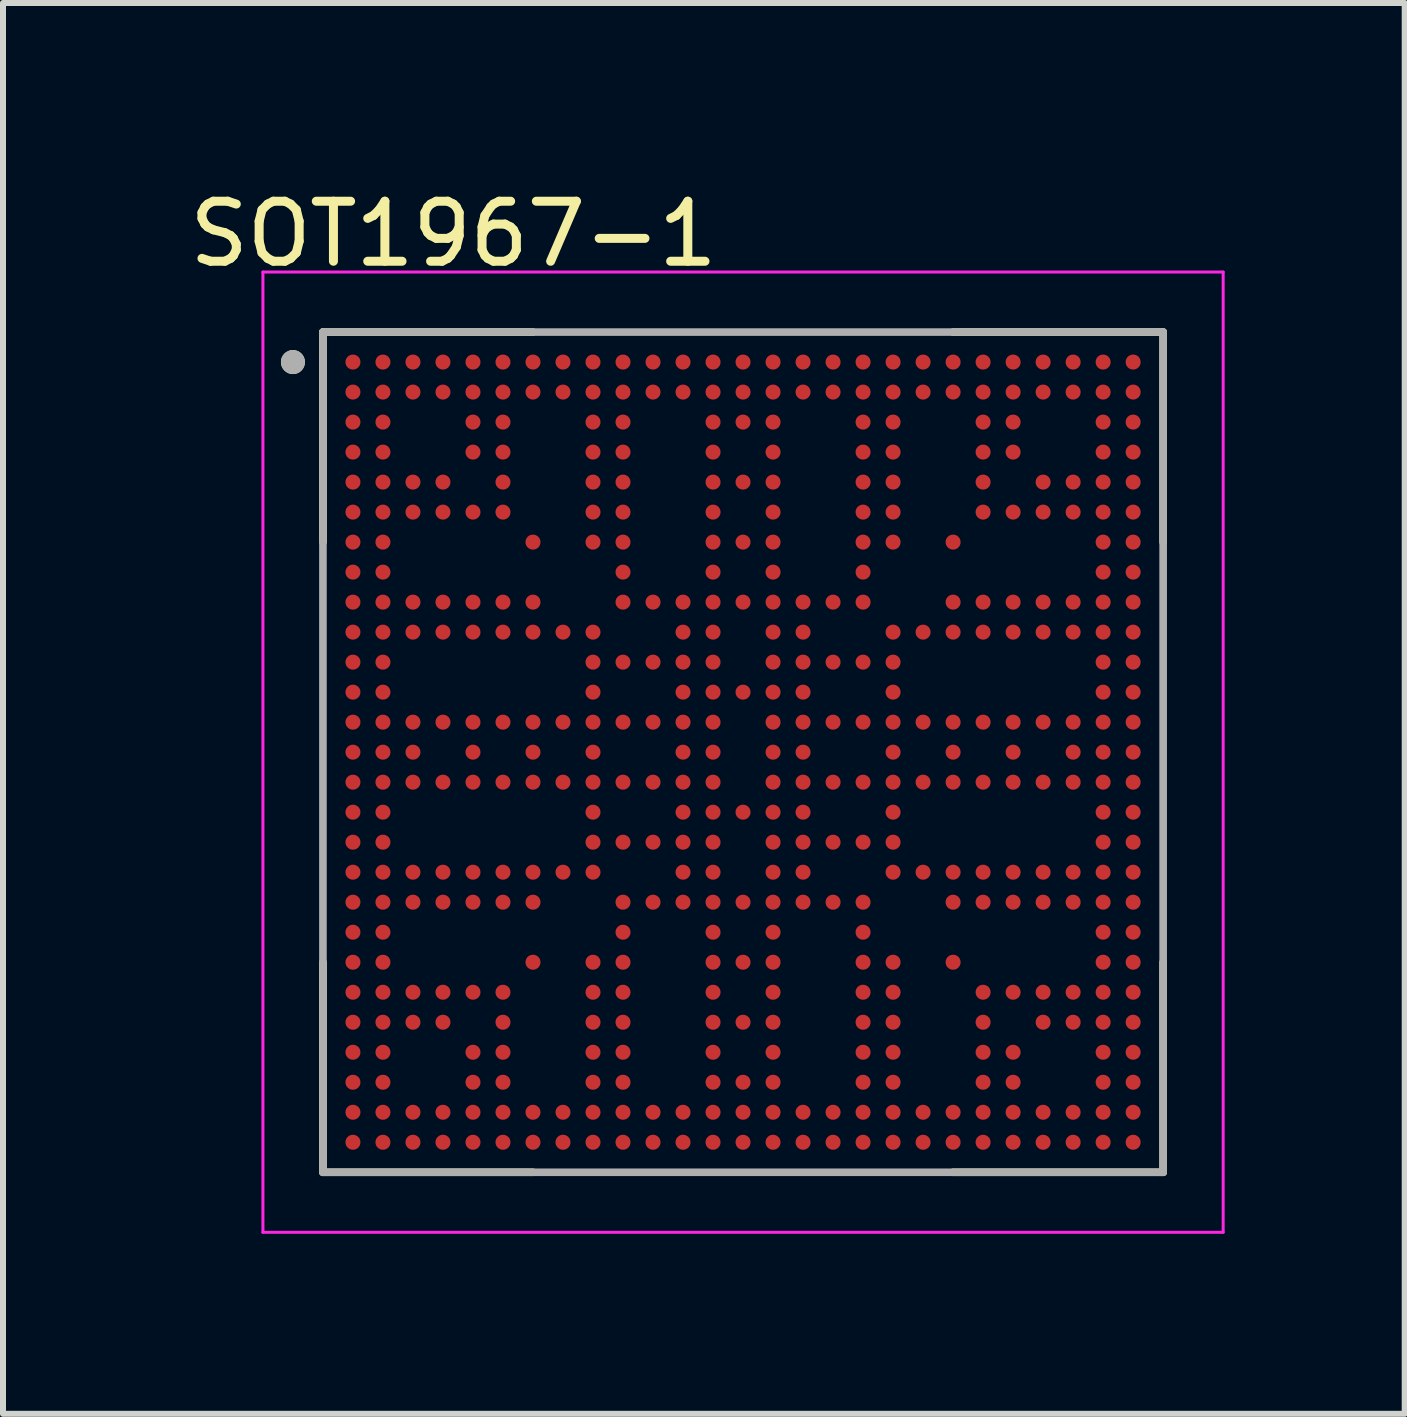
<source format=kicad_pcb>
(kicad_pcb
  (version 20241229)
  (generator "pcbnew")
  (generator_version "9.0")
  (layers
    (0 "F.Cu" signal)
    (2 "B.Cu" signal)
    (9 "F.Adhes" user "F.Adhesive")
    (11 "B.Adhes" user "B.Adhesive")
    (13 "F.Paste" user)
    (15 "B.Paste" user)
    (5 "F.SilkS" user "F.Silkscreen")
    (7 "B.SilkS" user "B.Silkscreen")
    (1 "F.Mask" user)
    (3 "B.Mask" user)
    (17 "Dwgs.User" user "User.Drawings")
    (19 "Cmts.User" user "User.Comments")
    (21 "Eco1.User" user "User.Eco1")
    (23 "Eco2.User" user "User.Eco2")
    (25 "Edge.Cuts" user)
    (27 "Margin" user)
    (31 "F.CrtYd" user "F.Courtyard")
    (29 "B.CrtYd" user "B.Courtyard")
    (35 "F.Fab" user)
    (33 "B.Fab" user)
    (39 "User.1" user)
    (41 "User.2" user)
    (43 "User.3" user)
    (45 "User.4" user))
  (footprint "SOT1967-1"
    (layer "F.Cu")
    (at 9.331 9.483)
    (property "Reference" "SOT1967-1" (at -4.825 -8.635 0) (layer "F.SilkS") (effects (font (size 1 1) (thickness 0.15))))
    (attr through_hole)
    (fp_line (start -7 -7) (end -7 -3.5) (stroke (width 0.127) (type solid)) (layer "F.SilkS"))
    (fp_line (start -7 -7) (end -3.5 -7) (stroke (width 0.127) (type solid)) (layer "F.SilkS"))
    (fp_line (start -7 7) (end -7 3.5) (stroke (width 0.127) (type solid)) (layer "F.SilkS"))
    (fp_line (start -7 7) (end -3.5 7) (stroke (width 0.127) (type solid)) (layer "F.SilkS"))
    (fp_line (start 7 -7) (end 3.5 -7) (stroke (width 0.127) (type solid)) (layer "F.SilkS"))
    (fp_line (start 7 -7) (end 7 -3.5) (stroke (width 0.127) (type solid)) (layer "F.SilkS"))
    (fp_line (start 7 7) (end 3.5 7) (stroke (width 0.127) (type solid)) (layer "F.SilkS"))
    (fp_line (start 7 7) (end 7 3.5) (stroke (width 0.127) (type solid)) (layer "F.SilkS"))
    (fp_circle (center -7.5 -6.5) (end -7.4 -6.5) (stroke (width 0.2) (type solid)) (fill no) (layer "F.SilkS"))
    (fp_line (start -8 -8) (end 8 -8) (stroke (width 0.05) (type solid)) (layer "F.CrtYd"))
    (fp_line (start -8 8) (end -8 -8) (stroke (width 0.05) (type solid)) (layer "F.CrtYd"))
    (fp_line (start -8 8) (end 8 8) (stroke (width 0.05) (type solid)) (layer "F.CrtYd"))
    (fp_line (start 8 8) (end 8 -8) (stroke (width 0.05) (type solid)) (layer "F.CrtYd"))
    (fp_line (start -7 7) (end -7 -7) (stroke (width 0.127) (type solid)) (layer "F.Fab"))
    (fp_line (start 7 -7) (end -7 -7) (stroke (width 0.127) (type solid)) (layer "F.Fab"))
    (fp_line (start 7 7) (end -7 7) (stroke (width 0.127) (type solid)) (layer "F.Fab"))
    (fp_line (start 7 7) (end 7 -7) (stroke (width 0.127) (type solid)) (layer "F.Fab"))
    (fp_circle (center -7.5 -6.5) (end -7.4 -6.5) (stroke (width 0.2) (type solid)) (fill no) (layer "F.Fab"))
    (pad "A1" smd circle (at -6.5 -6.5) (size 0.25 0.25) (layers "F.Cu" "F.Mask" "F.Paste"))
    (pad "A2" smd circle (at -6 -6.5) (size 0.25 0.25) (layers "F.Cu" "F.Mask" "F.Paste"))
    (pad "A3" smd circle (at -5.5 -6.5) (size 0.25 0.25) (layers "F.Cu" "F.Mask" "F.Paste"))
    (pad "A4" smd circle (at -5 -6.5) (size 0.25 0.25) (layers "F.Cu" "F.Mask" "F.Paste"))
    (pad "A5" smd circle (at -4.5 -6.5) (size 0.25 0.25) (layers "F.Cu" "F.Mask" "F.Paste"))
    (pad "A6" smd circle (at -4 -6.5) (size 0.25 0.25) (layers "F.Cu" "F.Mask" "F.Paste"))
    (pad "A7" smd circle (at -3.5 -6.5) (size 0.25 0.25) (layers "F.Cu" "F.Mask" "F.Paste"))
    (pad "A8" smd circle (at -3 -6.5) (size 0.25 0.25) (layers "F.Cu" "F.Mask" "F.Paste"))
    (pad "A9" smd circle (at -2.5 -6.5) (size 0.25 0.25) (layers "F.Cu" "F.Mask" "F.Paste"))
    (pad "A10" smd circle (at -2 -6.5) (size 0.25 0.25) (layers "F.Cu" "F.Mask" "F.Paste"))
    (pad "A11" smd circle (at -1.5 -6.5) (size 0.25 0.25) (layers "F.Cu" "F.Mask" "F.Paste"))
    (pad "A12" smd circle (at -1 -6.5) (size 0.25 0.25) (layers "F.Cu" "F.Mask" "F.Paste"))
    (pad "A13" smd circle (at -0.5 -6.5) (size 0.25 0.25) (layers "F.Cu" "F.Mask" "F.Paste"))
    (pad "A14" smd circle (at 0 -6.5) (size 0.25 0.25) (layers "F.Cu" "F.Mask" "F.Paste"))
    (pad "A15" smd circle (at 0.5 -6.5) (size 0.25 0.25) (layers "F.Cu" "F.Mask" "F.Paste"))
    (pad "A16" smd circle (at 1 -6.5) (size 0.25 0.25) (layers "F.Cu" "F.Mask" "F.Paste"))
    (pad "A17" smd circle (at 1.5 -6.5) (size 0.25 0.25) (layers "F.Cu" "F.Mask" "F.Paste"))
    (pad "A18" smd circle (at 2 -6.5) (size 0.25 0.25) (layers "F.Cu" "F.Mask" "F.Paste"))
    (pad "A19" smd circle (at 2.5 -6.5) (size 0.25 0.25) (layers "F.Cu" "F.Mask" "F.Paste"))
    (pad "A20" smd circle (at 3 -6.5) (size 0.25 0.25) (layers "F.Cu" "F.Mask" "F.Paste"))
    (pad "A21" smd circle (at 3.5 -6.5) (size 0.25 0.25) (layers "F.Cu" "F.Mask" "F.Paste"))
    (pad "A22" smd circle (at 4 -6.5) (size 0.25 0.25) (layers "F.Cu" "F.Mask" "F.Paste"))
    (pad "A23" smd circle (at 4.5 -6.5) (size 0.25 0.25) (layers "F.Cu" "F.Mask" "F.Paste"))
    (pad "A24" smd circle (at 5 -6.5) (size 0.25 0.25) (layers "F.Cu" "F.Mask" "F.Paste"))
    (pad "A25" smd circle (at 5.5 -6.5) (size 0.25 0.25) (layers "F.Cu" "F.Mask" "F.Paste"))
    (pad "A26" smd circle (at 6 -6.5) (size 0.25 0.25) (layers "F.Cu" "F.Mask" "F.Paste"))
    (pad "A27" smd circle (at 6.5 -6.5) (size 0.25 0.25) (layers "F.Cu" "F.Mask" "F.Paste"))
    (pad "AA1" smd circle (at -6.5 3.5) (size 0.25 0.25) (layers "F.Cu" "F.Mask" "F.Paste"))
    (pad "AA2" smd circle (at -6 3.5) (size 0.25 0.25) (layers "F.Cu" "F.Mask" "F.Paste"))
    (pad "AA7" smd circle (at -3.5 3.5) (size 0.25 0.25) (layers "F.Cu" "F.Mask" "F.Paste"))
    (pad "AA9" smd circle (at -2.5 3.5) (size 0.25 0.25) (layers "F.Cu" "F.Mask" "F.Paste"))
    (pad "AA10" smd circle (at -2 3.5) (size 0.25 0.25) (layers "F.Cu" "F.Mask" "F.Paste"))
    (pad "AA13" smd circle (at -0.5 3.5) (size 0.25 0.25) (layers "F.Cu" "F.Mask" "F.Paste"))
    (pad "AA14" smd circle (at 0 3.5) (size 0.25 0.25) (layers "F.Cu" "F.Mask" "F.Paste"))
    (pad "AA15" smd circle (at 0.5 3.5) (size 0.25 0.25) (layers "F.Cu" "F.Mask" "F.Paste"))
    (pad "AA18" smd circle (at 2 3.5) (size 0.25 0.25) (layers "F.Cu" "F.Mask" "F.Paste"))
    (pad "AA19" smd circle (at 2.5 3.5) (size 0.25 0.25) (layers "F.Cu" "F.Mask" "F.Paste"))
    (pad "AA21" smd circle (at 3.5 3.5) (size 0.25 0.25) (layers "F.Cu" "F.Mask" "F.Paste"))
    (pad "AA26" smd circle (at 6 3.5) (size 0.25 0.25) (layers "F.Cu" "F.Mask" "F.Paste"))
    (pad "AA27" smd circle (at 6.5 3.5) (size 0.25 0.25) (layers "F.Cu" "F.Mask" "F.Paste"))
    (pad "AB1" smd circle (at -6.5 4) (size 0.25 0.25) (layers "F.Cu" "F.Mask" "F.Paste"))
    (pad "AB2" smd circle (at -6 4) (size 0.25 0.25) (layers "F.Cu" "F.Mask" "F.Paste"))
    (pad "AB3" smd circle (at -5.5 4) (size 0.25 0.25) (layers "F.Cu" "F.Mask" "F.Paste"))
    (pad "AB4" smd circle (at -5 4) (size 0.25 0.25) (layers "F.Cu" "F.Mask" "F.Paste"))
    (pad "AB5" smd circle (at -4.5 4) (size 0.25 0.25) (layers "F.Cu" "F.Mask" "F.Paste"))
    (pad "AB6" smd circle (at -4 4) (size 0.25 0.25) (layers "F.Cu" "F.Mask" "F.Paste"))
    (pad "AB9" smd circle (at -2.5 4) (size 0.25 0.25) (layers "F.Cu" "F.Mask" "F.Paste"))
    (pad "AB10" smd circle (at -2 4) (size 0.25 0.25) (layers "F.Cu" "F.Mask" "F.Paste"))
    (pad "AB13" smd circle (at -0.5 4) (size 0.25 0.25) (layers "F.Cu" "F.Mask" "F.Paste"))
    (pad "AB15" smd circle (at 0.5 4) (size 0.25 0.25) (layers "F.Cu" "F.Mask" "F.Paste"))
    (pad "AB18" smd circle (at 2 4) (size 0.25 0.25) (layers "F.Cu" "F.Mask" "F.Paste"))
    (pad "AB19" smd circle (at 2.5 4) (size 0.25 0.25) (layers "F.Cu" "F.Mask" "F.Paste"))
    (pad "AB22" smd circle (at 4 4) (size 0.25 0.25) (layers "F.Cu" "F.Mask" "F.Paste"))
    (pad "AB23" smd circle (at 4.5 4) (size 0.25 0.25) (layers "F.Cu" "F.Mask" "F.Paste"))
    (pad "AB24" smd circle (at 5 4) (size 0.25 0.25) (layers "F.Cu" "F.Mask" "F.Paste"))
    (pad "AB25" smd circle (at 5.5 4) (size 0.25 0.25) (layers "F.Cu" "F.Mask" "F.Paste"))
    (pad "AB26" smd circle (at 6 4) (size 0.25 0.25) (layers "F.Cu" "F.Mask" "F.Paste"))
    (pad "AB27" smd circle (at 6.5 4) (size 0.25 0.25) (layers "F.Cu" "F.Mask" "F.Paste"))
    (pad "AC1" smd circle (at -6.5 4.5) (size 0.25 0.25) (layers "F.Cu" "F.Mask" "F.Paste"))
    (pad "AC2" smd circle (at -6 4.5) (size 0.25 0.25) (layers "F.Cu" "F.Mask" "F.Paste"))
    (pad "AC3" smd circle (at -5.5 4.5) (size 0.25 0.25) (layers "F.Cu" "F.Mask" "F.Paste"))
    (pad "AC4" smd circle (at -5 4.5) (size 0.25 0.25) (layers "F.Cu" "F.Mask" "F.Paste"))
    (pad "AC6" smd circle (at -4 4.5) (size 0.25 0.25) (layers "F.Cu" "F.Mask" "F.Paste"))
    (pad "AC9" smd circle (at -2.5 4.5) (size 0.25 0.25) (layers "F.Cu" "F.Mask" "F.Paste"))
    (pad "AC10" smd circle (at -2 4.5) (size 0.25 0.25) (layers "F.Cu" "F.Mask" "F.Paste"))
    (pad "AC13" smd circle (at -0.5 4.5) (size 0.25 0.25) (layers "F.Cu" "F.Mask" "F.Paste"))
    (pad "AC14" smd circle (at 0 4.5) (size 0.25 0.25) (layers "F.Cu" "F.Mask" "F.Paste"))
    (pad "AC15" smd circle (at 0.5 4.5) (size 0.25 0.25) (layers "F.Cu" "F.Mask" "F.Paste"))
    (pad "AC18" smd circle (at 2 4.5) (size 0.25 0.25) (layers "F.Cu" "F.Mask" "F.Paste"))
    (pad "AC19" smd circle (at 2.5 4.5) (size 0.25 0.25) (layers "F.Cu" "F.Mask" "F.Paste"))
    (pad "AC22" smd circle (at 4 4.5) (size 0.25 0.25) (layers "F.Cu" "F.Mask" "F.Paste"))
    (pad "AC24" smd circle (at 5 4.5) (size 0.25 0.25) (layers "F.Cu" "F.Mask" "F.Paste"))
    (pad "AC25" smd circle (at 5.5 4.5) (size 0.25 0.25) (layers "F.Cu" "F.Mask" "F.Paste"))
    (pad "AC26" smd circle (at 6 4.5) (size 0.25 0.25) (layers "F.Cu" "F.Mask" "F.Paste"))
    (pad "AC27" smd circle (at 6.5 4.5) (size 0.25 0.25) (layers "F.Cu" "F.Mask" "F.Paste"))
    (pad "AD1" smd circle (at -6.5 5) (size 0.25 0.25) (layers "F.Cu" "F.Mask" "F.Paste"))
    (pad "AD2" smd circle (at -6 5) (size 0.25 0.25) (layers "F.Cu" "F.Mask" "F.Paste"))
    (pad "AD5" smd circle (at -4.5 5) (size 0.25 0.25) (layers "F.Cu" "F.Mask" "F.Paste"))
    (pad "AD6" smd circle (at -4 5) (size 0.25 0.25) (layers "F.Cu" "F.Mask" "F.Paste"))
    (pad "AD9" smd circle (at -2.5 5) (size 0.25 0.25) (layers "F.Cu" "F.Mask" "F.Paste"))
    (pad "AD10" smd circle (at -2 5) (size 0.25 0.25) (layers "F.Cu" "F.Mask" "F.Paste"))
    (pad "AD13" smd circle (at -0.5 5) (size 0.25 0.25) (layers "F.Cu" "F.Mask" "F.Paste"))
    (pad "AD15" smd circle (at 0.5 5) (size 0.25 0.25) (layers "F.Cu" "F.Mask" "F.Paste"))
    (pad "AD18" smd circle (at 2 5) (size 0.25 0.25) (layers "F.Cu" "F.Mask" "F.Paste"))
    (pad "AD19" smd circle (at 2.5 5) (size 0.25 0.25) (layers "F.Cu" "F.Mask" "F.Paste"))
    (pad "AD22" smd circle (at 4 5) (size 0.25 0.25) (layers "F.Cu" "F.Mask" "F.Paste"))
    (pad "AD23" smd circle (at 4.5 5) (size 0.25 0.25) (layers "F.Cu" "F.Mask" "F.Paste"))
    (pad "AD26" smd circle (at 6 5) (size 0.25 0.25) (layers "F.Cu" "F.Mask" "F.Paste"))
    (pad "AD27" smd circle (at 6.5 5) (size 0.25 0.25) (layers "F.Cu" "F.Mask" "F.Paste"))
    (pad "AE1" smd circle (at -6.5 5.5) (size 0.25 0.25) (layers "F.Cu" "F.Mask" "F.Paste"))
    (pad "AE2" smd circle (at -6 5.5) (size 0.25 0.25) (layers "F.Cu" "F.Mask" "F.Paste"))
    (pad "AE5" smd circle (at -4.5 5.5) (size 0.25 0.25) (layers "F.Cu" "F.Mask" "F.Paste"))
    (pad "AE6" smd circle (at -4 5.5) (size 0.25 0.25) (layers "F.Cu" "F.Mask" "F.Paste"))
    (pad "AE9" smd circle (at -2.5 5.5) (size 0.25 0.25) (layers "F.Cu" "F.Mask" "F.Paste"))
    (pad "AE10" smd circle (at -2 5.5) (size 0.25 0.25) (layers "F.Cu" "F.Mask" "F.Paste"))
    (pad "AE13" smd circle (at -0.5 5.5) (size 0.25 0.25) (layers "F.Cu" "F.Mask" "F.Paste"))
    (pad "AE14" smd circle (at 0 5.5) (size 0.25 0.25) (layers "F.Cu" "F.Mask" "F.Paste"))
    (pad "AE15" smd circle (at 0.5 5.5) (size 0.25 0.25) (layers "F.Cu" "F.Mask" "F.Paste"))
    (pad "AE18" smd circle (at 2 5.5) (size 0.25 0.25) (layers "F.Cu" "F.Mask" "F.Paste"))
    (pad "AE19" smd circle (at 2.5 5.5) (size 0.25 0.25) (layers "F.Cu" "F.Mask" "F.Paste"))
    (pad "AE22" smd circle (at 4 5.5) (size 0.25 0.25) (layers "F.Cu" "F.Mask" "F.Paste"))
    (pad "AE23" smd circle (at 4.5 5.5) (size 0.25 0.25) (layers "F.Cu" "F.Mask" "F.Paste"))
    (pad "AE26" smd circle (at 6 5.5) (size 0.25 0.25) (layers "F.Cu" "F.Mask" "F.Paste"))
    (pad "AE27" smd circle (at 6.5 5.5) (size 0.25 0.25) (layers "F.Cu" "F.Mask" "F.Paste"))
    (pad "AF1" smd circle (at -6.5 6) (size 0.25 0.25) (layers "F.Cu" "F.Mask" "F.Paste"))
    (pad "AF2" smd circle (at -6 6) (size 0.25 0.25) (layers "F.Cu" "F.Mask" "F.Paste"))
    (pad "AF3" smd circle (at -5.5 6) (size 0.25 0.25) (layers "F.Cu" "F.Mask" "F.Paste"))
    (pad "AF4" smd circle (at -5 6) (size 0.25 0.25) (layers "F.Cu" "F.Mask" "F.Paste"))
    (pad "AF5" smd circle (at -4.5 6) (size 0.25 0.25) (layers "F.Cu" "F.Mask" "F.Paste"))
    (pad "AF6" smd circle (at -4 6) (size 0.25 0.25) (layers "F.Cu" "F.Mask" "F.Paste"))
    (pad "AF7" smd circle (at -3.5 6) (size 0.25 0.25) (layers "F.Cu" "F.Mask" "F.Paste"))
    (pad "AF8" smd circle (at -3 6) (size 0.25 0.25) (layers "F.Cu" "F.Mask" "F.Paste"))
    (pad "AF9" smd circle (at -2.5 6) (size 0.25 0.25) (layers "F.Cu" "F.Mask" "F.Paste"))
    (pad "AF10" smd circle (at -2 6) (size 0.25 0.25) (layers "F.Cu" "F.Mask" "F.Paste"))
    (pad "AF11" smd circle (at -1.5 6) (size 0.25 0.25) (layers "F.Cu" "F.Mask" "F.Paste"))
    (pad "AF12" smd circle (at -1 6) (size 0.25 0.25) (layers "F.Cu" "F.Mask" "F.Paste"))
    (pad "AF13" smd circle (at -0.5 6) (size 0.25 0.25) (layers "F.Cu" "F.Mask" "F.Paste"))
    (pad "AF14" smd circle (at 0 6) (size 0.25 0.25) (layers "F.Cu" "F.Mask" "F.Paste"))
    (pad "AF15" smd circle (at 0.5 6) (size 0.25 0.25) (layers "F.Cu" "F.Mask" "F.Paste"))
    (pad "AF16" smd circle (at 1 6) (size 0.25 0.25) (layers "F.Cu" "F.Mask" "F.Paste"))
    (pad "AF17" smd circle (at 1.5 6) (size 0.25 0.25) (layers "F.Cu" "F.Mask" "F.Paste"))
    (pad "AF18" smd circle (at 2 6) (size 0.25 0.25) (layers "F.Cu" "F.Mask" "F.Paste"))
    (pad "AF19" smd circle (at 2.5 6) (size 0.25 0.25) (layers "F.Cu" "F.Mask" "F.Paste"))
    (pad "AF20" smd circle (at 3 6) (size 0.25 0.25) (layers "F.Cu" "F.Mask" "F.Paste"))
    (pad "AF21" smd circle (at 3.5 6) (size 0.25 0.25) (layers "F.Cu" "F.Mask" "F.Paste"))
    (pad "AF22" smd circle (at 4 6) (size 0.25 0.25) (layers "F.Cu" "F.Mask" "F.Paste"))
    (pad "AF23" smd circle (at 4.5 6) (size 0.25 0.25) (layers "F.Cu" "F.Mask" "F.Paste"))
    (pad "AF24" smd circle (at 5 6) (size 0.25 0.25) (layers "F.Cu" "F.Mask" "F.Paste"))
    (pad "AF25" smd circle (at 5.5 6) (size 0.25 0.25) (layers "F.Cu" "F.Mask" "F.Paste"))
    (pad "AF26" smd circle (at 6 6) (size 0.25 0.25) (layers "F.Cu" "F.Mask" "F.Paste"))
    (pad "AF27" smd circle (at 6.5 6) (size 0.25 0.25) (layers "F.Cu" "F.Mask" "F.Paste"))
    (pad "AG1" smd circle (at -6.5 6.5) (size 0.25 0.25) (layers "F.Cu" "F.Mask" "F.Paste"))
    (pad "AG2" smd circle (at -6 6.5) (size 0.25 0.25) (layers "F.Cu" "F.Mask" "F.Paste"))
    (pad "AG3" smd circle (at -5.5 6.5) (size 0.25 0.25) (layers "F.Cu" "F.Mask" "F.Paste"))
    (pad "AG4" smd circle (at -5 6.5) (size 0.25 0.25) (layers "F.Cu" "F.Mask" "F.Paste"))
    (pad "AG5" smd circle (at -4.5 6.5) (size 0.25 0.25) (layers "F.Cu" "F.Mask" "F.Paste"))
    (pad "AG6" smd circle (at -4 6.5) (size 0.25 0.25) (layers "F.Cu" "F.Mask" "F.Paste"))
    (pad "AG7" smd circle (at -3.5 6.5) (size 0.25 0.25) (layers "F.Cu" "F.Mask" "F.Paste"))
    (pad "AG8" smd circle (at -3 6.5) (size 0.25 0.25) (layers "F.Cu" "F.Mask" "F.Paste"))
    (pad "AG9" smd circle (at -2.5 6.5) (size 0.25 0.25) (layers "F.Cu" "F.Mask" "F.Paste"))
    (pad "AG10" smd circle (at -2 6.5) (size 0.25 0.25) (layers "F.Cu" "F.Mask" "F.Paste"))
    (pad "AG11" smd circle (at -1.5 6.5) (size 0.25 0.25) (layers "F.Cu" "F.Mask" "F.Paste"))
    (pad "AG12" smd circle (at -1 6.5) (size 0.25 0.25) (layers "F.Cu" "F.Mask" "F.Paste"))
    (pad "AG13" smd circle (at -0.5 6.5) (size 0.25 0.25) (layers "F.Cu" "F.Mask" "F.Paste"))
    (pad "AG14" smd circle (at 0 6.5) (size 0.25 0.25) (layers "F.Cu" "F.Mask" "F.Paste"))
    (pad "AG15" smd circle (at 0.5 6.5) (size 0.25 0.25) (layers "F.Cu" "F.Mask" "F.Paste"))
    (pad "AG16" smd circle (at 1 6.5) (size 0.25 0.25) (layers "F.Cu" "F.Mask" "F.Paste"))
    (pad "AG17" smd circle (at 1.5 6.5) (size 0.25 0.25) (layers "F.Cu" "F.Mask" "F.Paste"))
    (pad "AG18" smd circle (at 2 6.5) (size 0.25 0.25) (layers "F.Cu" "F.Mask" "F.Paste"))
    (pad "AG19" smd circle (at 2.5 6.5) (size 0.25 0.25) (layers "F.Cu" "F.Mask" "F.Paste"))
    (pad "AG20" smd circle (at 3 6.5) (size 0.25 0.25) (layers "F.Cu" "F.Mask" "F.Paste"))
    (pad "AG21" smd circle (at 3.5 6.5) (size 0.25 0.25) (layers "F.Cu" "F.Mask" "F.Paste"))
    (pad "AG22" smd circle (at 4 6.5) (size 0.25 0.25) (layers "F.Cu" "F.Mask" "F.Paste"))
    (pad "AG23" smd circle (at 4.5 6.5) (size 0.25 0.25) (layers "F.Cu" "F.Mask" "F.Paste"))
    (pad "AG24" smd circle (at 5 6.5) (size 0.25 0.25) (layers "F.Cu" "F.Mask" "F.Paste"))
    (pad "AG25" smd circle (at 5.5 6.5) (size 0.25 0.25) (layers "F.Cu" "F.Mask" "F.Paste"))
    (pad "AG26" smd circle (at 6 6.5) (size 0.25 0.25) (layers "F.Cu" "F.Mask" "F.Paste"))
    (pad "AG27" smd circle (at 6.5 6.5) (size 0.25 0.25) (layers "F.Cu" "F.Mask" "F.Paste"))
    (pad "B1" smd circle (at -6.5 -6) (size 0.25 0.25) (layers "F.Cu" "F.Mask" "F.Paste"))
    (pad "B2" smd circle (at -6 -6) (size 0.25 0.25) (layers "F.Cu" "F.Mask" "F.Paste"))
    (pad "B3" smd circle (at -5.5 -6) (size 0.25 0.25) (layers "F.Cu" "F.Mask" "F.Paste"))
    (pad "B4" smd circle (at -5 -6) (size 0.25 0.25) (layers "F.Cu" "F.Mask" "F.Paste"))
    (pad "B5" smd circle (at -4.5 -6) (size 0.25 0.25) (layers "F.Cu" "F.Mask" "F.Paste"))
    (pad "B6" smd circle (at -4 -6) (size 0.25 0.25) (layers "F.Cu" "F.Mask" "F.Paste"))
    (pad "B7" smd circle (at -3.5 -6) (size 0.25 0.25) (layers "F.Cu" "F.Mask" "F.Paste"))
    (pad "B8" smd circle (at -3 -6) (size 0.25 0.25) (layers "F.Cu" "F.Mask" "F.Paste"))
    (pad "B9" smd circle (at -2.5 -6) (size 0.25 0.25) (layers "F.Cu" "F.Mask" "F.Paste"))
    (pad "B10" smd circle (at -2 -6) (size 0.25 0.25) (layers "F.Cu" "F.Mask" "F.Paste"))
    (pad "B11" smd circle (at -1.5 -6) (size 0.25 0.25) (layers "F.Cu" "F.Mask" "F.Paste"))
    (pad "B12" smd circle (at -1 -6) (size 0.25 0.25) (layers "F.Cu" "F.Mask" "F.Paste"))
    (pad "B13" smd circle (at -0.5 -6) (size 0.25 0.25) (layers "F.Cu" "F.Mask" "F.Paste"))
    (pad "B14" smd circle (at 0 -6) (size 0.25 0.25) (layers "F.Cu" "F.Mask" "F.Paste"))
    (pad "B15" smd circle (at 0.5 -6) (size 0.25 0.25) (layers "F.Cu" "F.Mask" "F.Paste"))
    (pad "B16" smd circle (at 1 -6) (size 0.25 0.25) (layers "F.Cu" "F.Mask" "F.Paste"))
    (pad "B17" smd circle (at 1.5 -6) (size 0.25 0.25) (layers "F.Cu" "F.Mask" "F.Paste"))
    (pad "B18" smd circle (at 2 -6) (size 0.25 0.25) (layers "F.Cu" "F.Mask" "F.Paste"))
    (pad "B19" smd circle (at 2.5 -6) (size 0.25 0.25) (layers "F.Cu" "F.Mask" "F.Paste"))
    (pad "B20" smd circle (at 3 -6) (size 0.25 0.25) (layers "F.Cu" "F.Mask" "F.Paste"))
    (pad "B21" smd circle (at 3.5 -6) (size 0.25 0.25) (layers "F.Cu" "F.Mask" "F.Paste"))
    (pad "B22" smd circle (at 4 -6) (size 0.25 0.25) (layers "F.Cu" "F.Mask" "F.Paste"))
    (pad "B23" smd circle (at 4.5 -6) (size 0.25 0.25) (layers "F.Cu" "F.Mask" "F.Paste"))
    (pad "B24" smd circle (at 5 -6) (size 0.25 0.25) (layers "F.Cu" "F.Mask" "F.Paste"))
    (pad "B25" smd circle (at 5.5 -6) (size 0.25 0.25) (layers "F.Cu" "F.Mask" "F.Paste"))
    (pad "B26" smd circle (at 6 -6) (size 0.25 0.25) (layers "F.Cu" "F.Mask" "F.Paste"))
    (pad "B27" smd circle (at 6.5 -6) (size 0.25 0.25) (layers "F.Cu" "F.Mask" "F.Paste"))
    (pad "C1" smd circle (at -6.5 -5.5) (size 0.25 0.25) (layers "F.Cu" "F.Mask" "F.Paste"))
    (pad "C2" smd circle (at -6 -5.5) (size 0.25 0.25) (layers "F.Cu" "F.Mask" "F.Paste"))
    (pad "C5" smd circle (at -4.5 -5.5) (size 0.25 0.25) (layers "F.Cu" "F.Mask" "F.Paste"))
    (pad "C6" smd circle (at -4 -5.5) (size 0.25 0.25) (layers "F.Cu" "F.Mask" "F.Paste"))
    (pad "C9" smd circle (at -2.5 -5.5) (size 0.25 0.25) (layers "F.Cu" "F.Mask" "F.Paste"))
    (pad "C10" smd circle (at -2 -5.5) (size 0.25 0.25) (layers "F.Cu" "F.Mask" "F.Paste"))
    (pad "C13" smd circle (at -0.5 -5.5) (size 0.25 0.25) (layers "F.Cu" "F.Mask" "F.Paste"))
    (pad "C14" smd circle (at 0 -5.5) (size 0.25 0.25) (layers "F.Cu" "F.Mask" "F.Paste"))
    (pad "C15" smd circle (at 0.5 -5.5) (size 0.25 0.25) (layers "F.Cu" "F.Mask" "F.Paste"))
    (pad "C18" smd circle (at 2 -5.5) (size 0.25 0.25) (layers "F.Cu" "F.Mask" "F.Paste"))
    (pad "C19" smd circle (at 2.5 -5.5) (size 0.25 0.25) (layers "F.Cu" "F.Mask" "F.Paste"))
    (pad "C22" smd circle (at 4 -5.5) (size 0.25 0.25) (layers "F.Cu" "F.Mask" "F.Paste"))
    (pad "C23" smd circle (at 4.5 -5.5) (size 0.25 0.25) (layers "F.Cu" "F.Mask" "F.Paste"))
    (pad "C26" smd circle (at 6 -5.5) (size 0.25 0.25) (layers "F.Cu" "F.Mask" "F.Paste"))
    (pad "C27" smd circle (at 6.5 -5.5) (size 0.25 0.25) (layers "F.Cu" "F.Mask" "F.Paste"))
    (pad "D1" smd circle (at -6.5 -5) (size 0.25 0.25) (layers "F.Cu" "F.Mask" "F.Paste"))
    (pad "D2" smd circle (at -6 -5) (size 0.25 0.25) (layers "F.Cu" "F.Mask" "F.Paste"))
    (pad "D5" smd circle (at -4.5 -5) (size 0.25 0.25) (layers "F.Cu" "F.Mask" "F.Paste"))
    (pad "D6" smd circle (at -4 -5) (size 0.25 0.25) (layers "F.Cu" "F.Mask" "F.Paste"))
    (pad "D9" smd circle (at -2.5 -5) (size 0.25 0.25) (layers "F.Cu" "F.Mask" "F.Paste"))
    (pad "D10" smd circle (at -2 -5) (size 0.25 0.25) (layers "F.Cu" "F.Mask" "F.Paste"))
    (pad "D13" smd circle (at -0.5 -5) (size 0.25 0.25) (layers "F.Cu" "F.Mask" "F.Paste"))
    (pad "D15" smd circle (at 0.5 -5) (size 0.25 0.25) (layers "F.Cu" "F.Mask" "F.Paste"))
    (pad "D18" smd circle (at 2 -5) (size 0.25 0.25) (layers "F.Cu" "F.Mask" "F.Paste"))
    (pad "D19" smd circle (at 2.5 -5) (size 0.25 0.25) (layers "F.Cu" "F.Mask" "F.Paste"))
    (pad "D22" smd circle (at 4 -5) (size 0.25 0.25) (layers "F.Cu" "F.Mask" "F.Paste"))
    (pad "D23" smd circle (at 4.5 -5) (size 0.25 0.25) (layers "F.Cu" "F.Mask" "F.Paste"))
    (pad "D26" smd circle (at 6 -5) (size 0.25 0.25) (layers "F.Cu" "F.Mask" "F.Paste"))
    (pad "D27" smd circle (at 6.5 -5) (size 0.25 0.25) (layers "F.Cu" "F.Mask" "F.Paste"))
    (pad "E1" smd circle (at -6.5 -4.5) (size 0.25 0.25) (layers "F.Cu" "F.Mask" "F.Paste"))
    (pad "E2" smd circle (at -6 -4.5) (size 0.25 0.25) (layers "F.Cu" "F.Mask" "F.Paste"))
    (pad "E3" smd circle (at -5.5 -4.5) (size 0.25 0.25) (layers "F.Cu" "F.Mask" "F.Paste"))
    (pad "E4" smd circle (at -5 -4.5) (size 0.25 0.25) (layers "F.Cu" "F.Mask" "F.Paste"))
    (pad "E6" smd circle (at -4 -4.5) (size 0.25 0.25) (layers "F.Cu" "F.Mask" "F.Paste"))
    (pad "E9" smd circle (at -2.5 -4.5) (size 0.25 0.25) (layers "F.Cu" "F.Mask" "F.Paste"))
    (pad "E10" smd circle (at -2 -4.5) (size 0.25 0.25) (layers "F.Cu" "F.Mask" "F.Paste"))
    (pad "E13" smd circle (at -0.5 -4.5) (size 0.25 0.25) (layers "F.Cu" "F.Mask" "F.Paste"))
    (pad "E14" smd circle (at 0 -4.5) (size 0.25 0.25) (layers "F.Cu" "F.Mask" "F.Paste"))
    (pad "E15" smd circle (at 0.5 -4.5) (size 0.25 0.25) (layers "F.Cu" "F.Mask" "F.Paste"))
    (pad "E18" smd circle (at 2 -4.5) (size 0.25 0.25) (layers "F.Cu" "F.Mask" "F.Paste"))
    (pad "E19" smd circle (at 2.5 -4.5) (size 0.25 0.25) (layers "F.Cu" "F.Mask" "F.Paste"))
    (pad "E22" smd circle (at 4 -4.5) (size 0.25 0.25) (layers "F.Cu" "F.Mask" "F.Paste"))
    (pad "E24" smd circle (at 5 -4.5) (size 0.25 0.25) (layers "F.Cu" "F.Mask" "F.Paste"))
    (pad "E25" smd circle (at 5.5 -4.5) (size 0.25 0.25) (layers "F.Cu" "F.Mask" "F.Paste"))
    (pad "E26" smd circle (at 6 -4.5) (size 0.25 0.25) (layers "F.Cu" "F.Mask" "F.Paste"))
    (pad "E27" smd circle (at 6.5 -4.5) (size 0.25 0.25) (layers "F.Cu" "F.Mask" "F.Paste"))
    (pad "F1" smd circle (at -6.5 -4) (size 0.25 0.25) (layers "F.Cu" "F.Mask" "F.Paste"))
    (pad "F2" smd circle (at -6 -4) (size 0.25 0.25) (layers "F.Cu" "F.Mask" "F.Paste"))
    (pad "F3" smd circle (at -5.5 -4) (size 0.25 0.25) (layers "F.Cu" "F.Mask" "F.Paste"))
    (pad "F4" smd circle (at -5 -4) (size 0.25 0.25) (layers "F.Cu" "F.Mask" "F.Paste"))
    (pad "F5" smd circle (at -4.5 -4) (size 0.25 0.25) (layers "F.Cu" "F.Mask" "F.Paste"))
    (pad "F6" smd circle (at -4 -4) (size 0.25 0.25) (layers "F.Cu" "F.Mask" "F.Paste"))
    (pad "F9" smd circle (at -2.5 -4) (size 0.25 0.25) (layers "F.Cu" "F.Mask" "F.Paste"))
    (pad "F10" smd circle (at -2 -4) (size 0.25 0.25) (layers "F.Cu" "F.Mask" "F.Paste"))
    (pad "F13" smd circle (at -0.5 -4) (size 0.25 0.25) (layers "F.Cu" "F.Mask" "F.Paste"))
    (pad "F15" smd circle (at 0.5 -4) (size 0.25 0.25) (layers "F.Cu" "F.Mask" "F.Paste"))
    (pad "F18" smd circle (at 2 -4) (size 0.25 0.25) (layers "F.Cu" "F.Mask" "F.Paste"))
    (pad "F19" smd circle (at 2.5 -4) (size 0.25 0.25) (layers "F.Cu" "F.Mask" "F.Paste"))
    (pad "F22" smd circle (at 4 -4) (size 0.25 0.25) (layers "F.Cu" "F.Mask" "F.Paste"))
    (pad "F23" smd circle (at 4.5 -4) (size 0.25 0.25) (layers "F.Cu" "F.Mask" "F.Paste"))
    (pad "F24" smd circle (at 5 -4) (size 0.25 0.25) (layers "F.Cu" "F.Mask" "F.Paste"))
    (pad "F25" smd circle (at 5.5 -4) (size 0.25 0.25) (layers "F.Cu" "F.Mask" "F.Paste"))
    (pad "F26" smd circle (at 6 -4) (size 0.25 0.25) (layers "F.Cu" "F.Mask" "F.Paste"))
    (pad "F27" smd circle (at 6.5 -4) (size 0.25 0.25) (layers "F.Cu" "F.Mask" "F.Paste"))
    (pad "G1" smd circle (at -6.5 -3.5) (size 0.25 0.25) (layers "F.Cu" "F.Mask" "F.Paste"))
    (pad "G2" smd circle (at -6 -3.5) (size 0.25 0.25) (layers "F.Cu" "F.Mask" "F.Paste"))
    (pad "G7" smd circle (at -3.5 -3.5) (size 0.25 0.25) (layers "F.Cu" "F.Mask" "F.Paste"))
    (pad "G9" smd circle (at -2.5 -3.5) (size 0.25 0.25) (layers "F.Cu" "F.Mask" "F.Paste"))
    (pad "G10" smd circle (at -2 -3.5) (size 0.25 0.25) (layers "F.Cu" "F.Mask" "F.Paste"))
    (pad "G13" smd circle (at -0.5 -3.5) (size 0.25 0.25) (layers "F.Cu" "F.Mask" "F.Paste"))
    (pad "G14" smd circle (at 0 -3.5) (size 0.25 0.25) (layers "F.Cu" "F.Mask" "F.Paste"))
    (pad "G15" smd circle (at 0.5 -3.5) (size 0.25 0.25) (layers "F.Cu" "F.Mask" "F.Paste"))
    (pad "G18" smd circle (at 2 -3.5) (size 0.25 0.25) (layers "F.Cu" "F.Mask" "F.Paste"))
    (pad "G19" smd circle (at 2.5 -3.5) (size 0.25 0.25) (layers "F.Cu" "F.Mask" "F.Paste"))
    (pad "G21" smd circle (at 3.5 -3.5) (size 0.25 0.25) (layers "F.Cu" "F.Mask" "F.Paste"))
    (pad "G26" smd circle (at 6 -3.5) (size 0.25 0.25) (layers "F.Cu" "F.Mask" "F.Paste"))
    (pad "G27" smd circle (at 6.5 -3.5) (size 0.25 0.25) (layers "F.Cu" "F.Mask" "F.Paste"))
    (pad "H1" smd circle (at -6.5 -3) (size 0.25 0.25) (layers "F.Cu" "F.Mask" "F.Paste"))
    (pad "H2" smd circle (at -6 -3) (size 0.25 0.25) (layers "F.Cu" "F.Mask" "F.Paste"))
    (pad "H10" smd circle (at -2 -3) (size 0.25 0.25) (layers "F.Cu" "F.Mask" "F.Paste"))
    (pad "H13" smd circle (at -0.5 -3) (size 0.25 0.25) (layers "F.Cu" "F.Mask" "F.Paste"))
    (pad "H15" smd circle (at 0.5 -3) (size 0.25 0.25) (layers "F.Cu" "F.Mask" "F.Paste"))
    (pad "H18" smd circle (at 2 -3) (size 0.25 0.25) (layers "F.Cu" "F.Mask" "F.Paste"))
    (pad "H26" smd circle (at 6 -3) (size 0.25 0.25) (layers "F.Cu" "F.Mask" "F.Paste"))
    (pad "H27" smd circle (at 6.5 -3) (size 0.25 0.25) (layers "F.Cu" "F.Mask" "F.Paste"))
    (pad "J1" smd circle (at -6.5 -2.5) (size 0.25 0.25) (layers "F.Cu" "F.Mask" "F.Paste"))
    (pad "J2" smd circle (at -6 -2.5) (size 0.25 0.25) (layers "F.Cu" "F.Mask" "F.Paste"))
    (pad "J3" smd circle (at -5.5 -2.5) (size 0.25 0.25) (layers "F.Cu" "F.Mask" "F.Paste"))
    (pad "J4" smd circle (at -5 -2.5) (size 0.25 0.25) (layers "F.Cu" "F.Mask" "F.Paste"))
    (pad "J5" smd circle (at -4.5 -2.5) (size 0.25 0.25) (layers "F.Cu" "F.Mask" "F.Paste"))
    (pad "J6" smd circle (at -4 -2.5) (size 0.25 0.25) (layers "F.Cu" "F.Mask" "F.Paste"))
    (pad "J7" smd circle (at -3.5 -2.5) (size 0.25 0.25) (layers "F.Cu" "F.Mask" "F.Paste"))
    (pad "J10" smd circle (at -2 -2.5) (size 0.25 0.25) (layers "F.Cu" "F.Mask" "F.Paste"))
    (pad "J11" smd circle (at -1.5 -2.5) (size 0.25 0.25) (layers "F.Cu" "F.Mask" "F.Paste"))
    (pad "J12" smd circle (at -1 -2.5) (size 0.25 0.25) (layers "F.Cu" "F.Mask" "F.Paste"))
    (pad "J13" smd circle (at -0.5 -2.5) (size 0.25 0.25) (layers "F.Cu" "F.Mask" "F.Paste"))
    (pad "J14" smd circle (at 0 -2.5) (size 0.25 0.25) (layers "F.Cu" "F.Mask" "F.Paste"))
    (pad "J15" smd circle (at 0.5 -2.5) (size 0.25 0.25) (layers "F.Cu" "F.Mask" "F.Paste"))
    (pad "J16" smd circle (at 1 -2.5) (size 0.25 0.25) (layers "F.Cu" "F.Mask" "F.Paste"))
    (pad "J17" smd circle (at 1.5 -2.5) (size 0.25 0.25) (layers "F.Cu" "F.Mask" "F.Paste"))
    (pad "J18" smd circle (at 2 -2.5) (size 0.25 0.25) (layers "F.Cu" "F.Mask" "F.Paste"))
    (pad "J21" smd circle (at 3.5 -2.5) (size 0.25 0.25) (layers "F.Cu" "F.Mask" "F.Paste"))
    (pad "J22" smd circle (at 4 -2.5) (size 0.25 0.25) (layers "F.Cu" "F.Mask" "F.Paste"))
    (pad "J23" smd circle (at 4.5 -2.5) (size 0.25 0.25) (layers "F.Cu" "F.Mask" "F.Paste"))
    (pad "J24" smd circle (at 5 -2.5) (size 0.25 0.25) (layers "F.Cu" "F.Mask" "F.Paste"))
    (pad "J25" smd circle (at 5.5 -2.5) (size 0.25 0.25) (layers "F.Cu" "F.Mask" "F.Paste"))
    (pad "J26" smd circle (at 6 -2.5) (size 0.25 0.25) (layers "F.Cu" "F.Mask" "F.Paste"))
    (pad "J27" smd circle (at 6.5 -2.5) (size 0.25 0.25) (layers "F.Cu" "F.Mask" "F.Paste"))
    (pad "K1" smd circle (at -6.5 -2) (size 0.25 0.25) (layers "F.Cu" "F.Mask" "F.Paste"))
    (pad "K2" smd circle (at -6 -2) (size 0.25 0.25) (layers "F.Cu" "F.Mask" "F.Paste"))
    (pad "K3" smd circle (at -5.5 -2) (size 0.25 0.25) (layers "F.Cu" "F.Mask" "F.Paste"))
    (pad "K4" smd circle (at -5 -2) (size 0.25 0.25) (layers "F.Cu" "F.Mask" "F.Paste"))
    (pad "K5" smd circle (at -4.5 -2) (size 0.25 0.25) (layers "F.Cu" "F.Mask" "F.Paste"))
    (pad "K6" smd circle (at -4 -2) (size 0.25 0.25) (layers "F.Cu" "F.Mask" "F.Paste"))
    (pad "K7" smd circle (at -3.5 -2) (size 0.25 0.25) (layers "F.Cu" "F.Mask" "F.Paste"))
    (pad "K8" smd circle (at -3 -2) (size 0.25 0.25) (layers "F.Cu" "F.Mask" "F.Paste"))
    (pad "K9" smd circle (at -2.5 -2) (size 0.25 0.25) (layers "F.Cu" "F.Mask" "F.Paste"))
    (pad "K12" smd circle (at -1 -2) (size 0.25 0.25) (layers "F.Cu" "F.Mask" "F.Paste"))
    (pad "K13" smd circle (at -0.5 -2) (size 0.25 0.25) (layers "F.Cu" "F.Mask" "F.Paste"))
    (pad "K15" smd circle (at 0.5 -2) (size 0.25 0.25) (layers "F.Cu" "F.Mask" "F.Paste"))
    (pad "K16" smd circle (at 1 -2) (size 0.25 0.25) (layers "F.Cu" "F.Mask" "F.Paste"))
    (pad "K19" smd circle (at 2.5 -2) (size 0.25 0.25) (layers "F.Cu" "F.Mask" "F.Paste"))
    (pad "K20" smd circle (at 3 -2) (size 0.25 0.25) (layers "F.Cu" "F.Mask" "F.Paste"))
    (pad "K21" smd circle (at 3.5 -2) (size 0.25 0.25) (layers "F.Cu" "F.Mask" "F.Paste"))
    (pad "K22" smd circle (at 4 -2) (size 0.25 0.25) (layers "F.Cu" "F.Mask" "F.Paste"))
    (pad "K23" smd circle (at 4.5 -2) (size 0.25 0.25) (layers "F.Cu" "F.Mask" "F.Paste"))
    (pad "K24" smd circle (at 5 -2) (size 0.25 0.25) (layers "F.Cu" "F.Mask" "F.Paste"))
    (pad "K25" smd circle (at 5.5 -2) (size 0.25 0.25) (layers "F.Cu" "F.Mask" "F.Paste"))
    (pad "K26" smd circle (at 6 -2) (size 0.25 0.25) (layers "F.Cu" "F.Mask" "F.Paste"))
    (pad "K27" smd circle (at 6.5 -2) (size 0.25 0.25) (layers "F.Cu" "F.Mask" "F.Paste"))
    (pad "L1" smd circle (at -6.5 -1.5) (size 0.25 0.25) (layers "F.Cu" "F.Mask" "F.Paste"))
    (pad "L2" smd circle (at -6 -1.5) (size 0.25 0.25) (layers "F.Cu" "F.Mask" "F.Paste"))
    (pad "L9" smd circle (at -2.5 -1.5) (size 0.25 0.25) (layers "F.Cu" "F.Mask" "F.Paste"))
    (pad "L10" smd circle (at -2 -1.5) (size 0.25 0.25) (layers "F.Cu" "F.Mask" "F.Paste"))
    (pad "L11" smd circle (at -1.5 -1.5) (size 0.25 0.25) (layers "F.Cu" "F.Mask" "F.Paste"))
    (pad "L12" smd circle (at -1 -1.5) (size 0.25 0.25) (layers "F.Cu" "F.Mask" "F.Paste"))
    (pad "L13" smd circle (at -0.5 -1.5) (size 0.25 0.25) (layers "F.Cu" "F.Mask" "F.Paste"))
    (pad "L15" smd circle (at 0.5 -1.5) (size 0.25 0.25) (layers "F.Cu" "F.Mask" "F.Paste"))
    (pad "L16" smd circle (at 1 -1.5) (size 0.25 0.25) (layers "F.Cu" "F.Mask" "F.Paste"))
    (pad "L17" smd circle (at 1.5 -1.5) (size 0.25 0.25) (layers "F.Cu" "F.Mask" "F.Paste"))
    (pad "L18" smd circle (at 2 -1.5) (size 0.25 0.25) (layers "F.Cu" "F.Mask" "F.Paste"))
    (pad "L19" smd circle (at 2.5 -1.5) (size 0.25 0.25) (layers "F.Cu" "F.Mask" "F.Paste"))
    (pad "L26" smd circle (at 6 -1.5) (size 0.25 0.25) (layers "F.Cu" "F.Mask" "F.Paste"))
    (pad "L27" smd circle (at 6.5 -1.5) (size 0.25 0.25) (layers "F.Cu" "F.Mask" "F.Paste"))
    (pad "M1" smd circle (at -6.5 -1) (size 0.25 0.25) (layers "F.Cu" "F.Mask" "F.Paste"))
    (pad "M2" smd circle (at -6 -1) (size 0.25 0.25) (layers "F.Cu" "F.Mask" "F.Paste"))
    (pad "M9" smd circle (at -2.5 -1) (size 0.25 0.25) (layers "F.Cu" "F.Mask" "F.Paste"))
    (pad "M12" smd circle (at -1 -1) (size 0.25 0.25) (layers "F.Cu" "F.Mask" "F.Paste"))
    (pad "M13" smd circle (at -0.5 -1) (size 0.25 0.25) (layers "F.Cu" "F.Mask" "F.Paste"))
    (pad "M14" smd circle (at 0 -1) (size 0.25 0.25) (layers "F.Cu" "F.Mask" "F.Paste"))
    (pad "M15" smd circle (at 0.5 -1) (size 0.25 0.25) (layers "F.Cu" "F.Mask" "F.Paste"))
    (pad "M16" smd circle (at 1 -1) (size 0.25 0.25) (layers "F.Cu" "F.Mask" "F.Paste"))
    (pad "M19" smd circle (at 2.5 -1) (size 0.25 0.25) (layers "F.Cu" "F.Mask" "F.Paste"))
    (pad "M26" smd circle (at 6 -1) (size 0.25 0.25) (layers "F.Cu" "F.Mask" "F.Paste"))
    (pad "M27" smd circle (at 6.5 -1) (size 0.25 0.25) (layers "F.Cu" "F.Mask" "F.Paste"))
    (pad "N1" smd circle (at -6.5 -0.5) (size 0.25 0.25) (layers "F.Cu" "F.Mask" "F.Paste"))
    (pad "N2" smd circle (at -6 -0.5) (size 0.25 0.25) (layers "F.Cu" "F.Mask" "F.Paste"))
    (pad "N3" smd circle (at -5.5 -0.5) (size 0.25 0.25) (layers "F.Cu" "F.Mask" "F.Paste"))
    (pad "N4" smd circle (at -5 -0.5) (size 0.25 0.25) (layers "F.Cu" "F.Mask" "F.Paste"))
    (pad "N5" smd circle (at -4.5 -0.5) (size 0.25 0.25) (layers "F.Cu" "F.Mask" "F.Paste"))
    (pad "N6" smd circle (at -4 -0.5) (size 0.25 0.25) (layers "F.Cu" "F.Mask" "F.Paste"))
    (pad "N7" smd circle (at -3.5 -0.5) (size 0.25 0.25) (layers "F.Cu" "F.Mask" "F.Paste"))
    (pad "N8" smd circle (at -3 -0.5) (size 0.25 0.25) (layers "F.Cu" "F.Mask" "F.Paste"))
    (pad "N9" smd circle (at -2.5 -0.5) (size 0.25 0.25) (layers "F.Cu" "F.Mask" "F.Paste"))
    (pad "N10" smd circle (at -2 -0.5) (size 0.25 0.25) (layers "F.Cu" "F.Mask" "F.Paste"))
    (pad "N11" smd circle (at -1.5 -0.5) (size 0.25 0.25) (layers "F.Cu" "F.Mask" "F.Paste"))
    (pad "N12" smd circle (at -1 -0.5) (size 0.25 0.25) (layers "F.Cu" "F.Mask" "F.Paste"))
    (pad "N13" smd circle (at -0.5 -0.5) (size 0.25 0.25) (layers "F.Cu" "F.Mask" "F.Paste"))
    (pad "N15" smd circle (at 0.5 -0.5) (size 0.25 0.25) (layers "F.Cu" "F.Mask" "F.Paste"))
    (pad "N16" smd circle (at 1 -0.5) (size 0.25 0.25) (layers "F.Cu" "F.Mask" "F.Paste"))
    (pad "N17" smd circle (at 1.5 -0.5) (size 0.25 0.25) (layers "F.Cu" "F.Mask" "F.Paste"))
    (pad "N18" smd circle (at 2 -0.5) (size 0.25 0.25) (layers "F.Cu" "F.Mask" "F.Paste"))
    (pad "N19" smd circle (at 2.5 -0.5) (size 0.25 0.25) (layers "F.Cu" "F.Mask" "F.Paste"))
    (pad "N20" smd circle (at 3 -0.5) (size 0.25 0.25) (layers "F.Cu" "F.Mask" "F.Paste"))
    (pad "N21" smd circle (at 3.5 -0.5) (size 0.25 0.25) (layers "F.Cu" "F.Mask" "F.Paste"))
    (pad "N22" smd circle (at 4 -0.5) (size 0.25 0.25) (layers "F.Cu" "F.Mask" "F.Paste"))
    (pad "N23" smd circle (at 4.5 -0.5) (size 0.25 0.25) (layers "F.Cu" "F.Mask" "F.Paste"))
    (pad "N24" smd circle (at 5 -0.5) (size 0.25 0.25) (layers "F.Cu" "F.Mask" "F.Paste"))
    (pad "N25" smd circle (at 5.5 -0.5) (size 0.25 0.25) (layers "F.Cu" "F.Mask" "F.Paste"))
    (pad "N26" smd circle (at 6 -0.5) (size 0.25 0.25) (layers "F.Cu" "F.Mask" "F.Paste"))
    (pad "N27" smd circle (at 6.5 -0.5) (size 0.25 0.25) (layers "F.Cu" "F.Mask" "F.Paste"))
    (pad "P1" smd circle (at -6.5 0) (size 0.25 0.25) (layers "F.Cu" "F.Mask" "F.Paste"))
    (pad "P2" smd circle (at -6 0) (size 0.25 0.25) (layers "F.Cu" "F.Mask" "F.Paste"))
    (pad "P3" smd circle (at -5.5 0) (size 0.25 0.25) (layers "F.Cu" "F.Mask" "F.Paste"))
    (pad "P5" smd circle (at -4.5 0) (size 0.25 0.25) (layers "F.Cu" "F.Mask" "F.Paste"))
    (pad "P7" smd circle (at -3.5 0) (size 0.25 0.25) (layers "F.Cu" "F.Mask" "F.Paste"))
    (pad "P9" smd circle (at -2.5 0) (size 0.25 0.25) (layers "F.Cu" "F.Mask" "F.Paste"))
    (pad "P12" smd circle (at -1 0) (size 0.25 0.25) (layers "F.Cu" "F.Mask" "F.Paste"))
    (pad "P13" smd circle (at -0.5 0) (size 0.25 0.25) (layers "F.Cu" "F.Mask" "F.Paste"))
    (pad "P15" smd circle (at 0.5 0) (size 0.25 0.25) (layers "F.Cu" "F.Mask" "F.Paste"))
    (pad "P16" smd circle (at 1 0) (size 0.25 0.25) (layers "F.Cu" "F.Mask" "F.Paste"))
    (pad "P19" smd circle (at 2.5 0) (size 0.25 0.25) (layers "F.Cu" "F.Mask" "F.Paste"))
    (pad "P21" smd circle (at 3.5 0) (size 0.25 0.25) (layers "F.Cu" "F.Mask" "F.Paste"))
    (pad "P23" smd circle (at 4.5 0) (size 0.25 0.25) (layers "F.Cu" "F.Mask" "F.Paste"))
    (pad "P25" smd circle (at 5.5 0) (size 0.25 0.25) (layers "F.Cu" "F.Mask" "F.Paste"))
    (pad "P26" smd circle (at 6 0) (size 0.25 0.25) (layers "F.Cu" "F.Mask" "F.Paste"))
    (pad "P27" smd circle (at 6.5 0) (size 0.25 0.25) (layers "F.Cu" "F.Mask" "F.Paste"))
    (pad "R1" smd circle (at -6.5 0.5) (size 0.25 0.25) (layers "F.Cu" "F.Mask" "F.Paste"))
    (pad "R2" smd circle (at -6 0.5) (size 0.25 0.25) (layers "F.Cu" "F.Mask" "F.Paste"))
    (pad "R3" smd circle (at -5.5 0.5) (size 0.25 0.25) (layers "F.Cu" "F.Mask" "F.Paste"))
    (pad "R4" smd circle (at -5 0.5) (size 0.25 0.25) (layers "F.Cu" "F.Mask" "F.Paste"))
    (pad "R5" smd circle (at -4.5 0.5) (size 0.25 0.25) (layers "F.Cu" "F.Mask" "F.Paste"))
    (pad "R6" smd circle (at -4 0.5) (size 0.25 0.25) (layers "F.Cu" "F.Mask" "F.Paste"))
    (pad "R7" smd circle (at -3.5 0.5) (size 0.25 0.25) (layers "F.Cu" "F.Mask" "F.Paste"))
    (pad "R8" smd circle (at -3 0.5) (size 0.25 0.25) (layers "F.Cu" "F.Mask" "F.Paste"))
    (pad "R9" smd circle (at -2.5 0.5) (size 0.25 0.25) (layers "F.Cu" "F.Mask" "F.Paste"))
    (pad "R10" smd circle (at -2 0.5) (size 0.25 0.25) (layers "F.Cu" "F.Mask" "F.Paste"))
    (pad "R11" smd circle (at -1.5 0.5) (size 0.25 0.25) (layers "F.Cu" "F.Mask" "F.Paste"))
    (pad "R12" smd circle (at -1 0.5) (size 0.25 0.25) (layers "F.Cu" "F.Mask" "F.Paste"))
    (pad "R13" smd circle (at -0.5 0.5) (size 0.25 0.25) (layers "F.Cu" "F.Mask" "F.Paste"))
    (pad "R15" smd circle (at 0.5 0.5) (size 0.25 0.25) (layers "F.Cu" "F.Mask" "F.Paste"))
    (pad "R16" smd circle (at 1 0.5) (size 0.25 0.25) (layers "F.Cu" "F.Mask" "F.Paste"))
    (pad "R17" smd circle (at 1.5 0.5) (size 0.25 0.25) (layers "F.Cu" "F.Mask" "F.Paste"))
    (pad "R18" smd circle (at 2 0.5) (size 0.25 0.25) (layers "F.Cu" "F.Mask" "F.Paste"))
    (pad "R19" smd circle (at 2.5 0.5) (size 0.25 0.25) (layers "F.Cu" "F.Mask" "F.Paste"))
    (pad "R20" smd circle (at 3 0.5) (size 0.25 0.25) (layers "F.Cu" "F.Mask" "F.Paste"))
    (pad "R21" smd circle (at 3.5 0.5) (size 0.25 0.25) (layers "F.Cu" "F.Mask" "F.Paste"))
    (pad "R22" smd circle (at 4 0.5) (size 0.25 0.25) (layers "F.Cu" "F.Mask" "F.Paste"))
    (pad "R23" smd circle (at 4.5 0.5) (size 0.25 0.25) (layers "F.Cu" "F.Mask" "F.Paste"))
    (pad "R24" smd circle (at 5 0.5) (size 0.25 0.25) (layers "F.Cu" "F.Mask" "F.Paste"))
    (pad "R25" smd circle (at 5.5 0.5) (size 0.25 0.25) (layers "F.Cu" "F.Mask" "F.Paste"))
    (pad "R26" smd circle (at 6 0.5) (size 0.25 0.25) (layers "F.Cu" "F.Mask" "F.Paste"))
    (pad "R27" smd circle (at 6.5 0.5) (size 0.25 0.25) (layers "F.Cu" "F.Mask" "F.Paste"))
    (pad "T1" smd circle (at -6.5 1) (size 0.25 0.25) (layers "F.Cu" "F.Mask" "F.Paste"))
    (pad "T2" smd circle (at -6 1) (size 0.25 0.25) (layers "F.Cu" "F.Mask" "F.Paste"))
    (pad "T9" smd circle (at -2.5 1) (size 0.25 0.25) (layers "F.Cu" "F.Mask" "F.Paste"))
    (pad "T12" smd circle (at -1 1) (size 0.25 0.25) (layers "F.Cu" "F.Mask" "F.Paste"))
    (pad "T13" smd circle (at -0.5 1) (size 0.25 0.25) (layers "F.Cu" "F.Mask" "F.Paste"))
    (pad "T14" smd circle (at 0 1) (size 0.25 0.25) (layers "F.Cu" "F.Mask" "F.Paste"))
    (pad "T15" smd circle (at 0.5 1) (size 0.25 0.25) (layers "F.Cu" "F.Mask" "F.Paste"))
    (pad "T16" smd circle (at 1 1) (size 0.25 0.25) (layers "F.Cu" "F.Mask" "F.Paste"))
    (pad "T19" smd circle (at 2.5 1) (size 0.25 0.25) (layers "F.Cu" "F.Mask" "F.Paste"))
    (pad "T26" smd circle (at 6 1) (size 0.25 0.25) (layers "F.Cu" "F.Mask" "F.Paste"))
    (pad "T27" smd circle (at 6.5 1) (size 0.25 0.25) (layers "F.Cu" "F.Mask" "F.Paste"))
    (pad "U1" smd circle (at -6.5 1.5) (size 0.25 0.25) (layers "F.Cu" "F.Mask" "F.Paste"))
    (pad "U2" smd circle (at -6 1.5) (size 0.25 0.25) (layers "F.Cu" "F.Mask" "F.Paste"))
    (pad "U9" smd circle (at -2.5 1.5) (size 0.25 0.25) (layers "F.Cu" "F.Mask" "F.Paste"))
    (pad "U10" smd circle (at -2 1.5) (size 0.25 0.25) (layers "F.Cu" "F.Mask" "F.Paste"))
    (pad "U11" smd circle (at -1.5 1.5) (size 0.25 0.25) (layers "F.Cu" "F.Mask" "F.Paste"))
    (pad "U12" smd circle (at -1 1.5) (size 0.25 0.25) (layers "F.Cu" "F.Mask" "F.Paste"))
    (pad "U13" smd circle (at -0.5 1.5) (size 0.25 0.25) (layers "F.Cu" "F.Mask" "F.Paste"))
    (pad "U15" smd circle (at 0.5 1.5) (size 0.25 0.25) (layers "F.Cu" "F.Mask" "F.Paste"))
    (pad "U16" smd circle (at 1 1.5) (size 0.25 0.25) (layers "F.Cu" "F.Mask" "F.Paste"))
    (pad "U17" smd circle (at 1.5 1.5) (size 0.25 0.25) (layers "F.Cu" "F.Mask" "F.Paste"))
    (pad "U18" smd circle (at 2 1.5) (size 0.25 0.25) (layers "F.Cu" "F.Mask" "F.Paste"))
    (pad "U19" smd circle (at 2.5 1.5) (size 0.25 0.25) (layers "F.Cu" "F.Mask" "F.Paste"))
    (pad "U26" smd circle (at 6 1.5) (size 0.25 0.25) (layers "F.Cu" "F.Mask" "F.Paste"))
    (pad "U27" smd circle (at 6.5 1.5) (size 0.25 0.25) (layers "F.Cu" "F.Mask" "F.Paste"))
    (pad "V1" smd circle (at -6.5 2) (size 0.25 0.25) (layers "F.Cu" "F.Mask" "F.Paste"))
    (pad "V2" smd circle (at -6 2) (size 0.25 0.25) (layers "F.Cu" "F.Mask" "F.Paste"))
    (pad "V3" smd circle (at -5.5 2) (size 0.25 0.25) (layers "F.Cu" "F.Mask" "F.Paste"))
    (pad "V4" smd circle (at -5 2) (size 0.25 0.25) (layers "F.Cu" "F.Mask" "F.Paste"))
    (pad "V5" smd circle (at -4.5 2) (size 0.25 0.25) (layers "F.Cu" "F.Mask" "F.Paste"))
    (pad "V6" smd circle (at -4 2) (size 0.25 0.25) (layers "F.Cu" "F.Mask" "F.Paste"))
    (pad "V7" smd circle (at -3.5 2) (size 0.25 0.25) (layers "F.Cu" "F.Mask" "F.Paste"))
    (pad "V8" smd circle (at -3 2) (size 0.25 0.25) (layers "F.Cu" "F.Mask" "F.Paste"))
    (pad "V9" smd circle (at -2.5 2) (size 0.25 0.25) (layers "F.Cu" "F.Mask" "F.Paste"))
    (pad "V12" smd circle (at -1 2) (size 0.25 0.25) (layers "F.Cu" "F.Mask" "F.Paste"))
    (pad "V13" smd circle (at -0.5 2) (size 0.25 0.25) (layers "F.Cu" "F.Mask" "F.Paste"))
    (pad "V15" smd circle (at 0.5 2) (size 0.25 0.25) (layers "F.Cu" "F.Mask" "F.Paste"))
    (pad "V16" smd circle (at 1 2) (size 0.25 0.25) (layers "F.Cu" "F.Mask" "F.Paste"))
    (pad "V19" smd circle (at 2.5 2) (size 0.25 0.25) (layers "F.Cu" "F.Mask" "F.Paste"))
    (pad "V20" smd circle (at 3 2) (size 0.25 0.25) (layers "F.Cu" "F.Mask" "F.Paste"))
    (pad "V21" smd circle (at 3.5 2) (size 0.25 0.25) (layers "F.Cu" "F.Mask" "F.Paste"))
    (pad "V22" smd circle (at 4 2) (size 0.25 0.25) (layers "F.Cu" "F.Mask" "F.Paste"))
    (pad "V23" smd circle (at 4.5 2) (size 0.25 0.25) (layers "F.Cu" "F.Mask" "F.Paste"))
    (pad "V24" smd circle (at 5 2) (size 0.25 0.25) (layers "F.Cu" "F.Mask" "F.Paste"))
    (pad "V25" smd circle (at 5.5 2) (size 0.25 0.25) (layers "F.Cu" "F.Mask" "F.Paste"))
    (pad "V26" smd circle (at 6 2) (size 0.25 0.25) (layers "F.Cu" "F.Mask" "F.Paste"))
    (pad "V27" smd circle (at 6.5 2) (size 0.25 0.25) (layers "F.Cu" "F.Mask" "F.Paste"))
    (pad "W1" smd circle (at -6.5 2.5) (size 0.25 0.25) (layers "F.Cu" "F.Mask" "F.Paste"))
    (pad "W2" smd circle (at -6 2.5) (size 0.25 0.25) (layers "F.Cu" "F.Mask" "F.Paste"))
    (pad "W3" smd circle (at -5.5 2.5) (size 0.25 0.25) (layers "F.Cu" "F.Mask" "F.Paste"))
    (pad "W4" smd circle (at -5 2.5) (size 0.25 0.25) (layers "F.Cu" "F.Mask" "F.Paste"))
    (pad "W5" smd circle (at -4.5 2.5) (size 0.25 0.25) (layers "F.Cu" "F.Mask" "F.Paste"))
    (pad "W6" smd circle (at -4 2.5) (size 0.25 0.25) (layers "F.Cu" "F.Mask" "F.Paste"))
    (pad "W7" smd circle (at -3.5 2.5) (size 0.25 0.25) (layers "F.Cu" "F.Mask" "F.Paste"))
    (pad "W10" smd circle (at -2 2.5) (size 0.25 0.25) (layers "F.Cu" "F.Mask" "F.Paste"))
    (pad "W11" smd circle (at -1.5 2.5) (size 0.25 0.25) (layers "F.Cu" "F.Mask" "F.Paste"))
    (pad "W12" smd circle (at -1 2.5) (size 0.25 0.25) (layers "F.Cu" "F.Mask" "F.Paste"))
    (pad "W13" smd circle (at -0.5 2.5) (size 0.25 0.25) (layers "F.Cu" "F.Mask" "F.Paste"))
    (pad "W14" smd circle (at 0 2.5) (size 0.25 0.25) (layers "F.Cu" "F.Mask" "F.Paste"))
    (pad "W15" smd circle (at 0.5 2.5) (size 0.25 0.25) (layers "F.Cu" "F.Mask" "F.Paste"))
    (pad "W16" smd circle (at 1 2.5) (size 0.25 0.25) (layers "F.Cu" "F.Mask" "F.Paste"))
    (pad "W17" smd circle (at 1.5 2.5) (size 0.25 0.25) (layers "F.Cu" "F.Mask" "F.Paste"))
    (pad "W18" smd circle (at 2 2.5) (size 0.25 0.25) (layers "F.Cu" "F.Mask" "F.Paste"))
    (pad "W21" smd circle (at 3.5 2.5) (size 0.25 0.25) (layers "F.Cu" "F.Mask" "F.Paste"))
    (pad "W22" smd circle (at 4 2.5) (size 0.25 0.25) (layers "F.Cu" "F.Mask" "F.Paste"))
    (pad "W23" smd circle (at 4.5 2.5) (size 0.25 0.25) (layers "F.Cu" "F.Mask" "F.Paste"))
    (pad "W24" smd circle (at 5 2.5) (size 0.25 0.25) (layers "F.Cu" "F.Mask" "F.Paste"))
    (pad "W25" smd circle (at 5.5 2.5) (size 0.25 0.25) (layers "F.Cu" "F.Mask" "F.Paste"))
    (pad "W26" smd circle (at 6 2.5) (size 0.25 0.25) (layers "F.Cu" "F.Mask" "F.Paste"))
    (pad "W27" smd circle (at 6.5 2.5) (size 0.25 0.25) (layers "F.Cu" "F.Mask" "F.Paste"))
    (pad "Y1" smd circle (at -6.5 3) (size 0.25 0.25) (layers "F.Cu" "F.Mask" "F.Paste"))
    (pad "Y2" smd circle (at -6 3) (size 0.25 0.25) (layers "F.Cu" "F.Mask" "F.Paste"))
    (pad "Y10" smd circle (at -2 3) (size 0.25 0.25) (layers "F.Cu" "F.Mask" "F.Paste"))
    (pad "Y13" smd circle (at -0.5 3) (size 0.25 0.25) (layers "F.Cu" "F.Mask" "F.Paste"))
    (pad "Y15" smd circle (at 0.5 3) (size 0.25 0.25) (layers "F.Cu" "F.Mask" "F.Paste"))
    (pad "Y18" smd circle (at 2 3) (size 0.25 0.25) (layers "F.Cu" "F.Mask" "F.Paste"))
    (pad "Y26" smd circle (at 6 3) (size 0.25 0.25) (layers "F.Cu" "F.Mask" "F.Paste"))
    (pad "Y27" smd circle (at 6.5 3) (size 0.25 0.25) (layers "F.Cu" "F.Mask" "F.Paste")))
  (gr_rect
    (start -3 -3)
    (end 20.356 20.508)
    (stroke (width 0.1) (type default))
    (fill no)
    (layer "Edge.Cuts")))
</source>
